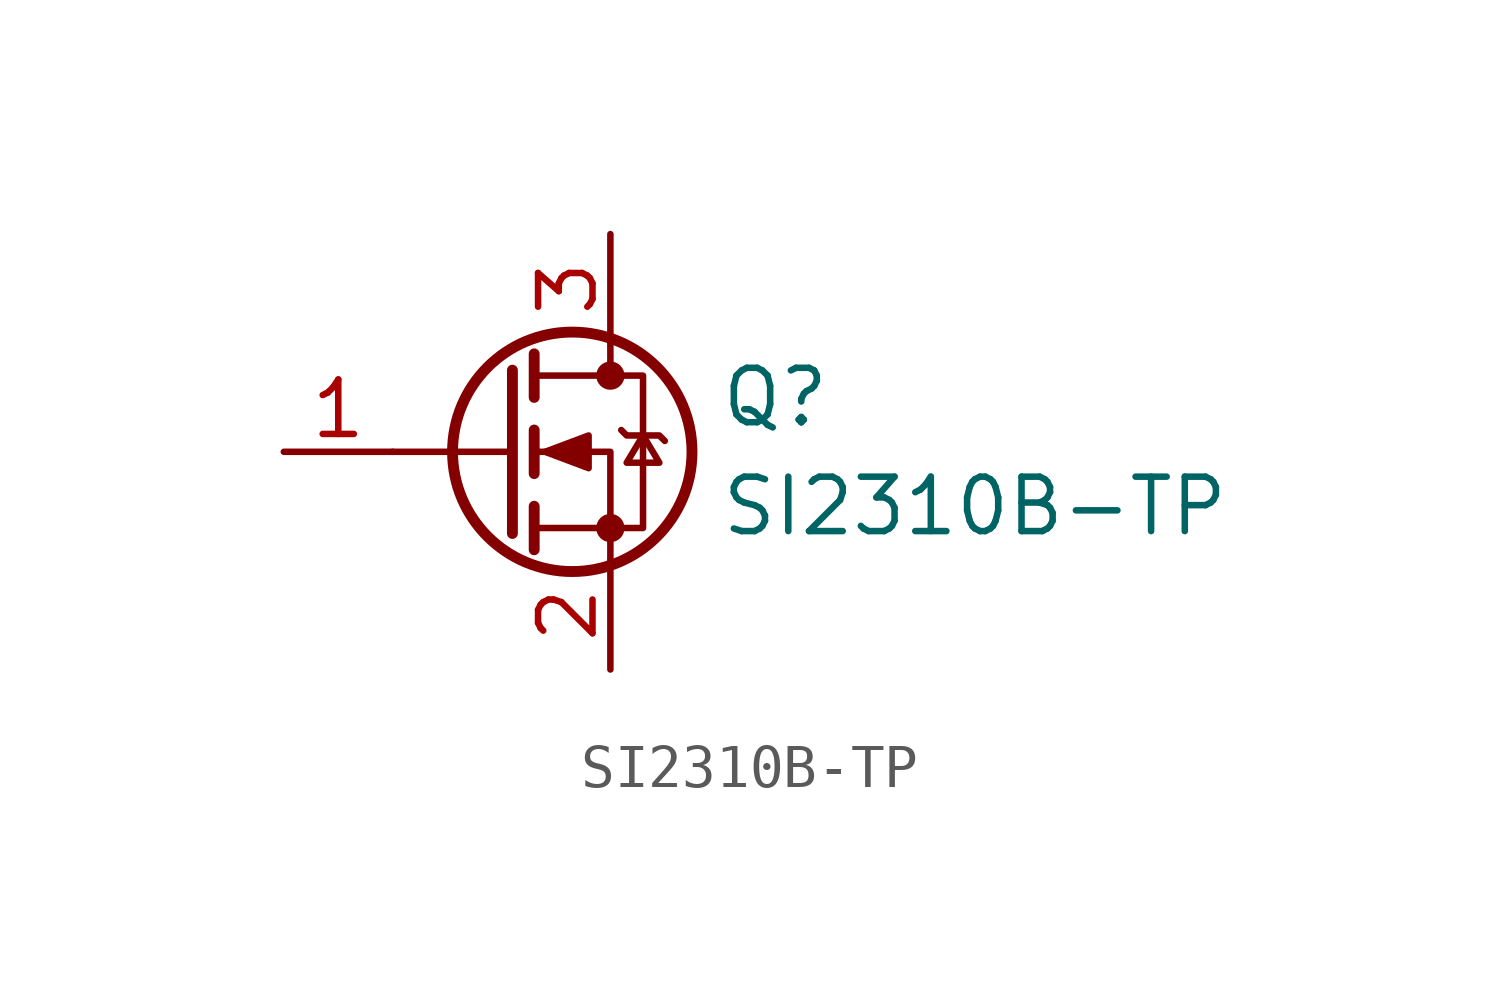
<source format=kicad_sym>
(kicad_symbol_lib
  (version 20231120)
  (generator "kicad_symbol_editor")
  (generator_version "8.0")
  (symbol "SI2310B-TP"
    (pin_names
      (offset 0) hide)
    (property "Reference" "Q"
      (at 5.08 1.27 0)
      (effects (font (size 1.27 1.27)) (justify left)))
    (property "Value" "SI2310B-TP"
      (at 5.08 -1.27 0)
      (effects (font (size 1.27 1.27)) (justify left)))
    (symbol "SI2310B-TP_0_1"
      (polyline (pts (xy 0.254 0) (xy -2.54 0)) (stroke (width 0) (type default)) (fill (type none)))
      (polyline (pts (xy 0.254 1.905) (xy 0.254 -1.905)) (stroke (width 0.254) (type default)) (fill (type none)))
      (polyline (pts (xy 0.762 -1.27) (xy 0.762 -2.286)) (stroke (width 0.254) (type default)) (fill (type none)))
      (polyline (pts (xy 0.762 0.508) (xy 0.762 -0.508)) (stroke (width 0.254) (type default)) (fill (type none)))
      (polyline (pts (xy 0.762 2.286) (xy 0.762 1.27)) (stroke (width 0.254) (type default)) (fill (type none)))
      (polyline (pts (xy 2.54 2.54) (xy 2.54 1.778)) (stroke (width 0) (type default)) (fill (type none)))
      (polyline (pts (xy 2.54 -2.54) (xy 2.54 0) (xy 0.762 0)) (stroke (width 0) (type default)) (fill (type none)))
      (polyline (pts (xy 0.762 -1.778) (xy 3.302 -1.778) (xy 3.302 1.778) (xy 0.762 1.778)) (stroke (width 0) (type default)) (fill (type none)))
      (polyline (pts (xy 1.016 0) (xy 2.032 0.381) (xy 2.032 -0.381) (xy 1.016 0)) (stroke (width 0) (type default)) (fill (type outline)))
      (polyline (pts (xy 2.794 0.508) (xy 2.921 0.381) (xy 3.683 0.381) (xy 3.81 0.254)) (stroke (width 0) (type default)) (fill (type none)))
      (polyline (pts (xy 3.302 0.381) (xy 2.921 -0.254) (xy 3.683 -0.254) (xy 3.302 0.381)) (stroke (width 0) (type default)) (fill (type none)))
      (circle (center 1.651 0) (radius 2.794) (stroke (width 0.254) (type default)) (fill (type none)))
      (circle (center 2.54 -1.778) (radius 0.254) (stroke (width 0) (type default)) (fill (type outline)))
      (circle (center 2.54 1.778) (radius 0.254) (stroke (width 0) (type default)) (fill (type outline))))
    (symbol "SI2310B-TP_1_1"
      (pin input line (at -5.08 0 0) (length 2.54) (name "G" (effects (font (size 1.27 1.27)))) (number "1" (effects (font (size 1.27 1.27)))))
      (pin passive line (at 2.54 -5.08 90) (length 2.54) (name "S" (effects (font (size 1.27 1.27)))) (number "2" (effects (font (size 1.27 1.27)))))
      (pin passive line (at 2.54 5.08 270) (length 2.54) (name "D" (effects (font (size 1.27 1.27)))) (number "3" (effects (font (size 1.27 1.27))))))))
</source>
